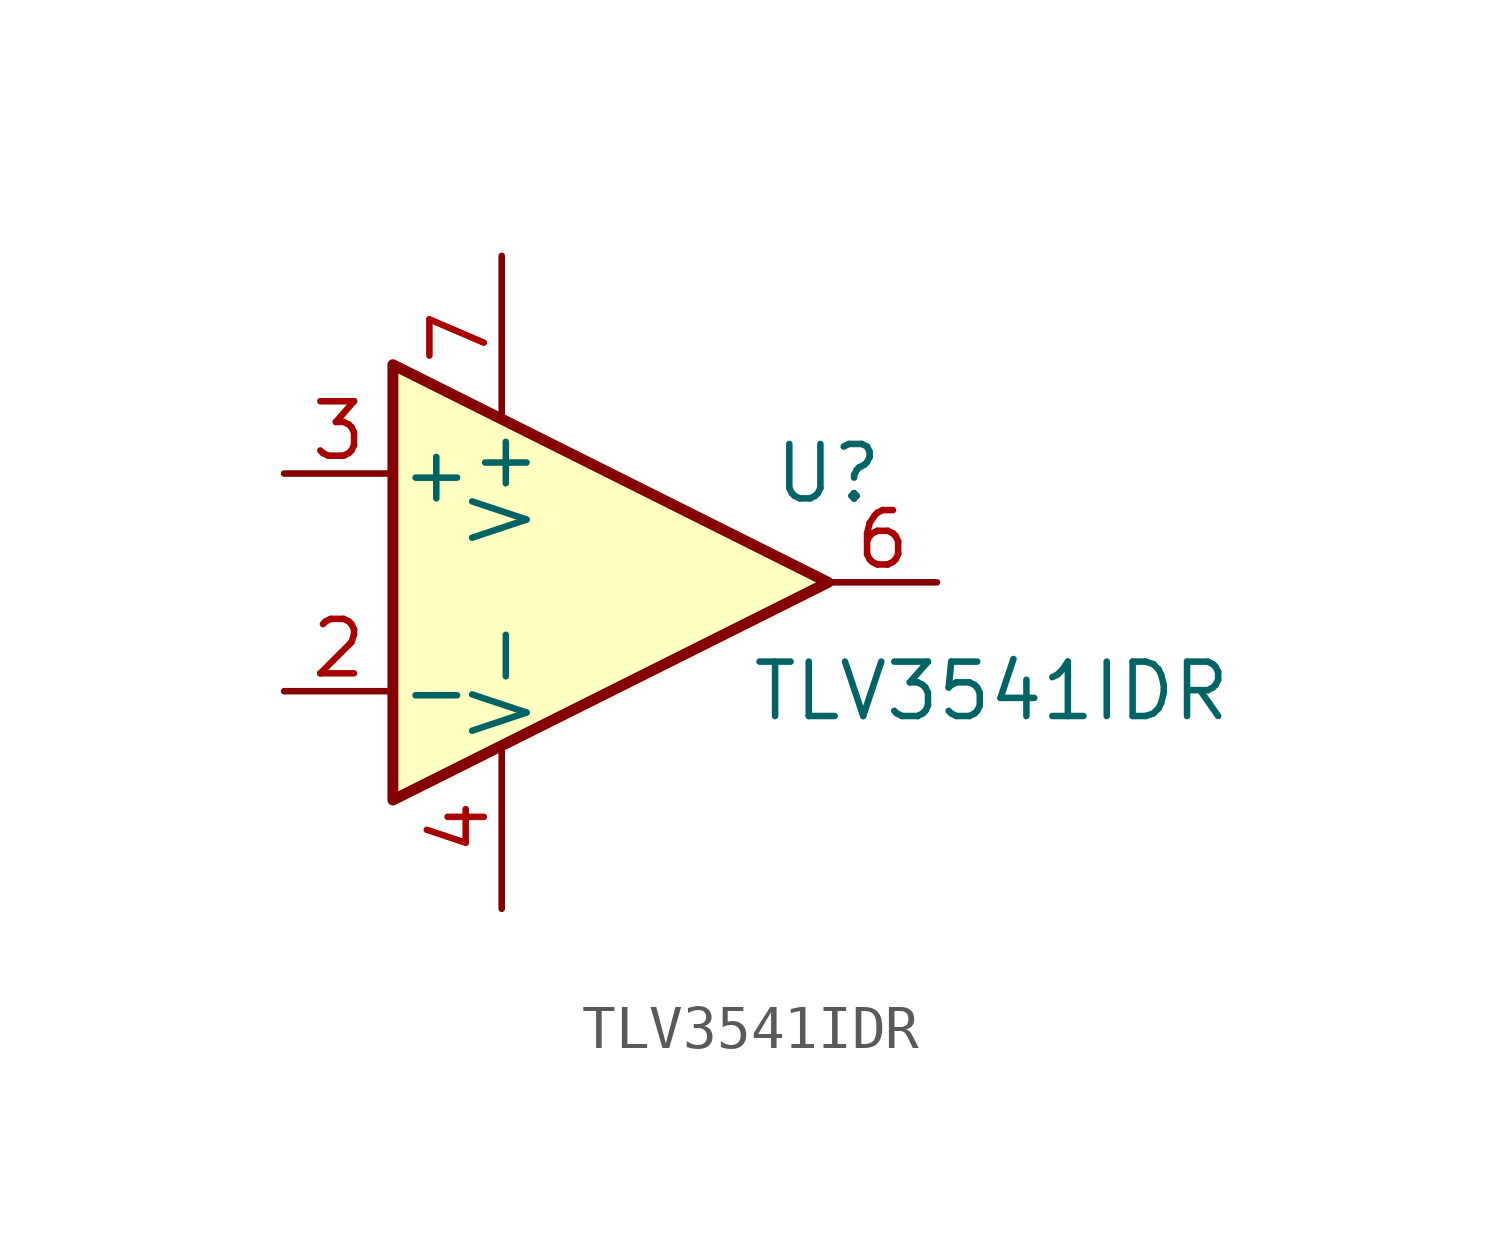
<source format=kicad_sym>
(kicad_symbol_lib
  (version 20231120)
  (generator "kicad_symbol_editor")
  (generator_version "8.0")
  (symbol "TLV3541IDR"
    (pin_names
      (offset 0.127))
    (property "Reference" "U"
      (at 7.62 2.54 0)
      (effects (font (size 1.27 1.27))))
    (property "Value" "TLV3541IDR"
      (at 11.43 -2.54 0)
      (effects (font (size 1.27 1.27))))
    (symbol "TLV3541IDR_0_1"
      (polyline (pts (xy -2.54 5.08) (xy -2.54 -5.08) (xy 7.62 0) (xy -2.54 5.08)) (stroke (width 0.254) (type default)) (fill (type background))))
    (symbol "TLV3541IDR_1_1"
      (pin input line (at -5.08 -2.54 0) (length 2.54) (name "-" (effects (font (size 1.27 1.27)))) (number "2" (effects (font (size 1.27 1.27)))))
      (pin input line (at -5.08 2.54 0) (length 2.54) (name "+" (effects (font (size 1.27 1.27)))) (number "3" (effects (font (size 1.27 1.27)))))
      (pin power_in line (at 0 -7.62 90) (length 3.81) (name "V-" (effects (font (size 1.27 1.27)))) (number "4" (effects (font (size 1.27 1.27)))))
      (pin output line (at 10.16 0 180) (length 2.54) (name "~" (effects (font (size 1.27 1.27)))) (number "6" (effects (font (size 1.27 1.27)))))
      (pin power_in line (at 0 7.62 270) (length 3.81) (name "V+" (effects (font (size 1.27 1.27)))) (number "7" (effects (font (size 1.27 1.27))))))))
</source>
